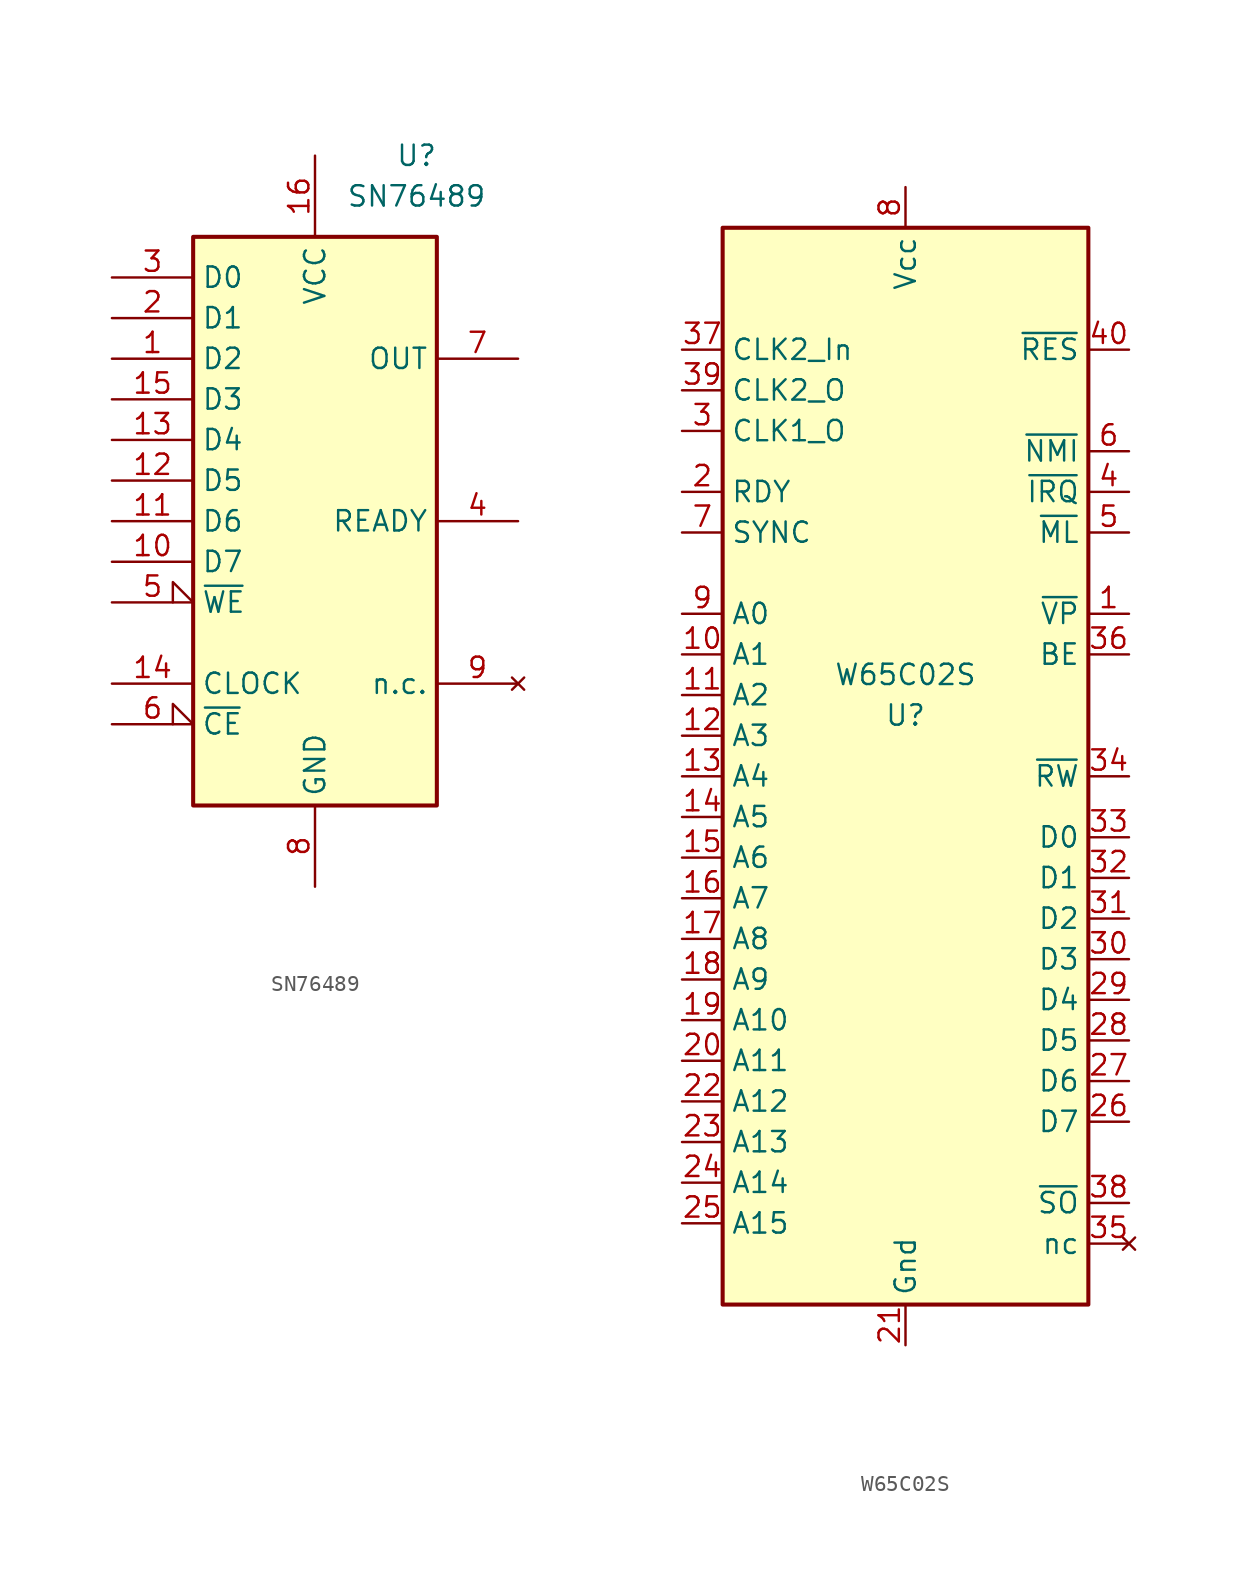
<source format=kicad_sym>
(kicad_symbol_lib
  (version 20211014)
  (generator kicad_symbol_editor)
  (symbol "SN76489"
    (property "Reference" "U"
      (at 5.08 17.78 0)
      (effects (font (size 1.27 1.27))))
    (property "Value" "SN76489"
      (at 5.08 15.24 0)
      (effects (font (size 1.27 1.27))))
    (symbol "SN76489_1_0"
      (pin input line (at -13.97 5.08 0) (length 5.08) (name "D2" (effects (font (size 1.27 1.27)))) (number "1" (effects (font (size 1.27 1.27)))))
      (pin input line (at -13.97 -7.62 0) (length 5.08) (name "D7" (effects (font (size 1.27 1.27)))) (number "10" (effects (font (size 1.27 1.27)))))
      (pin input line (at -13.97 -5.08 0) (length 5.08) (name "D6" (effects (font (size 1.27 1.27)))) (number "11" (effects (font (size 1.27 1.27)))))
      (pin input line (at -13.97 -2.54 0) (length 5.08) (name "D5" (effects (font (size 1.27 1.27)))) (number "12" (effects (font (size 1.27 1.27)))))
      (pin input line (at -13.97 0 0) (length 5.08) (name "D4" (effects (font (size 1.27 1.27)))) (number "13" (effects (font (size 1.27 1.27)))))
      (pin input line (at -13.97 -15.24 0) (length 5.08) (name "CLOCK" (effects (font (size 1.27 1.27)))) (number "14" (effects (font (size 1.27 1.27)))))
      (pin input line (at -13.97 2.54 0) (length 5.08) (name "D3" (effects (font (size 1.27 1.27)))) (number "15" (effects (font (size 1.27 1.27)))))
      (pin power_in line (at -1.27 17.78 270) (length 5.08) (name "VCC" (effects (font (size 1.27 1.27)))) (number "16" (effects (font (size 1.27 1.27)))))
      (pin input line (at -13.97 7.62 0) (length 5.08) (name "D1" (effects (font (size 1.27 1.27)))) (number "2" (effects (font (size 1.27 1.27)))))
      (pin input line (at -13.97 10.16 0) (length 5.08) (name "D0" (effects (font (size 1.27 1.27)))) (number "3" (effects (font (size 1.27 1.27)))))
      (pin output line (at 11.43 -5.08 180) (length 5.08) (name "READY" (effects (font (size 1.27 1.27)))) (number "4" (effects (font (size 1.27 1.27)))))
      (pin input input_low (at -13.97 -10.16 0) (length 5.08) (name "~{WE}" (effects (font (size 1.27 1.27)))) (number "5" (effects (font (size 1.27 1.27)))))
      (pin input input_low (at -13.97 -17.78 0) (length 5.08) (name "~{CE}" (effects (font (size 1.27 1.27)))) (number "6" (effects (font (size 1.27 1.27)))))
      (pin output line (at 11.43 5.08 180) (length 5.08) (name "OUT" (effects (font (size 1.27 1.27)))) (number "7" (effects (font (size 1.27 1.27)))))
      (pin power_in line (at -1.27 -27.94 90) (length 5.08) (name "GND" (effects (font (size 1.27 1.27)))) (number "8" (effects (font (size 1.27 1.27)))))
      (pin no_connect line (at 11.43 -15.24 180) (length 5.08) (name "n.c." (effects (font (size 1.27 1.27)))) (number "9" (effects (font (size 1.27 1.27))))))
    (symbol "SN76489_1_1"
      (rectangle (start -8.89 12.7) (end 6.35 -22.86) (stroke (width 0.254) (type default) (color 0 0 0 0)) (fill (type background)))))
  (symbol "W65C02S"
    (property "Reference" "U"
      (at 1.27 -2.54 0)
      (effects (font (size 1.27 1.27))))
    (property "Value" "W65C02S"
      (at 1.27 0 0)
      (effects (font (size 1.27 1.27))))
    (symbol "W65C02S_0_1"
      (rectangle (start -10.16 27.94) (end 12.7 -39.37) (stroke (width 0.254) (type default) (color 0 0 0 0)) (fill (type background))))
    (symbol "W65C02S_1_1"
      (pin output line (at 15.24 3.81 180) (length 2.54) (name "~{VP}" (effects (font (size 1.27 1.27)))) (number "1" (effects (font (size 1.27 1.27)))))
      (pin output line (at -12.7 1.27 0) (length 2.54) (name "A1" (effects (font (size 1.27 1.27)))) (number "10" (effects (font (size 1.27 1.27)))))
      (pin output line (at -12.7 -1.27 0) (length 2.54) (name "A2" (effects (font (size 1.27 1.27)))) (number "11" (effects (font (size 1.27 1.27)))))
      (pin output line (at -12.7 -3.81 0) (length 2.54) (name "A3" (effects (font (size 1.27 1.27)))) (number "12" (effects (font (size 1.27 1.27)))))
      (pin output line (at -12.7 -6.35 0) (length 2.54) (name "A4" (effects (font (size 1.27 1.27)))) (number "13" (effects (font (size 1.27 1.27)))))
      (pin output line (at -12.7 -8.89 0) (length 2.54) (name "A5" (effects (font (size 1.27 1.27)))) (number "14" (effects (font (size 1.27 1.27)))))
      (pin output line (at -12.7 -11.43 0) (length 2.54) (name "A6" (effects (font (size 1.27 1.27)))) (number "15" (effects (font (size 1.27 1.27)))))
      (pin output line (at -12.7 -13.97 0) (length 2.54) (name "A7" (effects (font (size 1.27 1.27)))) (number "16" (effects (font (size 1.27 1.27)))))
      (pin output line (at -12.7 -16.51 0) (length 2.54) (name "A8" (effects (font (size 1.27 1.27)))) (number "17" (effects (font (size 1.27 1.27)))))
      (pin output line (at -12.7 -19.05 0) (length 2.54) (name "A9" (effects (font (size 1.27 1.27)))) (number "18" (effects (font (size 1.27 1.27)))))
      (pin output line (at -12.7 -21.59 0) (length 2.54) (name "A10" (effects (font (size 1.27 1.27)))) (number "19" (effects (font (size 1.27 1.27)))))
      (pin input line (at -12.7 11.43 0) (length 2.54) (name "RDY" (effects (font (size 1.27 1.27)))) (number "2" (effects (font (size 1.27 1.27)))))
      (pin output line (at -12.7 -24.13 0) (length 2.54) (name "A11" (effects (font (size 1.27 1.27)))) (number "20" (effects (font (size 1.27 1.27)))))
      (pin power_in line (at 1.27 -41.91 90) (length 2.54) (name "Gnd" (effects (font (size 1.27 1.27)))) (number "21" (effects (font (size 1.27 1.27)))))
      (pin output line (at -12.7 -26.67 0) (length 2.54) (name "A12" (effects (font (size 1.27 1.27)))) (number "22" (effects (font (size 1.27 1.27)))))
      (pin output line (at -12.7 -29.21 0) (length 2.54) (name "A13" (effects (font (size 1.27 1.27)))) (number "23" (effects (font (size 1.27 1.27)))))
      (pin output line (at -12.7 -31.75 0) (length 2.54) (name "A14" (effects (font (size 1.27 1.27)))) (number "24" (effects (font (size 1.27 1.27)))))
      (pin output line (at -12.7 -34.29 0) (length 2.54) (name "A15" (effects (font (size 1.27 1.27)))) (number "25" (effects (font (size 1.27 1.27)))))
      (pin bidirectional line (at 15.24 -27.94 180) (length 2.54) (name "D7" (effects (font (size 1.27 1.27)))) (number "26" (effects (font (size 1.27 1.27)))))
      (pin bidirectional line (at 15.24 -25.4 180) (length 2.54) (name "D6" (effects (font (size 1.27 1.27)))) (number "27" (effects (font (size 1.27 1.27)))))
      (pin bidirectional line (at 15.24 -22.86 180) (length 2.54) (name "D5" (effects (font (size 1.27 1.27)))) (number "28" (effects (font (size 1.27 1.27)))))
      (pin bidirectional line (at 15.24 -20.32 180) (length 2.54) (name "D4" (effects (font (size 1.27 1.27)))) (number "29" (effects (font (size 1.27 1.27)))))
      (pin output line (at -12.7 15.24 0) (length 2.54) (name "CLK1_O" (effects (font (size 1.27 1.27)))) (number "3" (effects (font (size 1.27 1.27)))))
      (pin bidirectional line (at 15.24 -17.78 180) (length 2.54) (name "D3" (effects (font (size 1.27 1.27)))) (number "30" (effects (font (size 1.27 1.27)))))
      (pin bidirectional line (at 15.24 -15.24 180) (length 2.54) (name "D2" (effects (font (size 1.27 1.27)))) (number "31" (effects (font (size 1.27 1.27)))))
      (pin bidirectional line (at 15.24 -12.7 180) (length 2.54) (name "D1" (effects (font (size 1.27 1.27)))) (number "32" (effects (font (size 1.27 1.27)))))
      (pin bidirectional line (at 15.24 -10.16 180) (length 2.54) (name "D0" (effects (font (size 1.27 1.27)))) (number "33" (effects (font (size 1.27 1.27)))))
      (pin output line (at 15.24 -6.35 180) (length 2.54) (name "~{RW}" (effects (font (size 1.27 1.27)))) (number "34" (effects (font (size 1.27 1.27)))))
      (pin no_connect line (at 15.24 -35.56 180) (length 2.54) (name "nc" (effects (font (size 1.27 1.27)))) (number "35" (effects (font (size 1.27 1.27)))))
      (pin input line (at 15.24 1.27 180) (length 2.54) (name "BE" (effects (font (size 1.27 1.27)))) (number "36" (effects (font (size 1.27 1.27)))))
      (pin input line (at -12.7 20.32 0) (length 2.54) (name "CLK2_In" (effects (font (size 1.27 1.27)))) (number "37" (effects (font (size 1.27 1.27)))))
      (pin input line (at 15.24 -33.02 180) (length 2.54) (name "~{SO}" (effects (font (size 1.27 1.27)))) (number "38" (effects (font (size 1.27 1.27)))))
      (pin output line (at -12.7 17.78 0) (length 2.54) (name "CLK2_O" (effects (font (size 1.27 1.27)))) (number "39" (effects (font (size 1.27 1.27)))))
      (pin input line (at 15.24 11.43 180) (length 2.54) (name "~{IRQ}" (effects (font (size 1.27 1.27)))) (number "4" (effects (font (size 1.27 1.27)))))
      (pin input line (at 15.24 20.32 180) (length 2.54) (name "~{RES}" (effects (font (size 1.27 1.27)))) (number "40" (effects (font (size 1.27 1.27)))))
      (pin output line (at 15.24 8.89 180) (length 2.54) (name "~{ML}" (effects (font (size 1.27 1.27)))) (number "5" (effects (font (size 1.27 1.27)))))
      (pin input line (at 15.24 13.97 180) (length 2.54) (name "~{NMI}" (effects (font (size 1.27 1.27)))) (number "6" (effects (font (size 1.27 1.27)))))
      (pin output line (at -12.7 8.89 0) (length 2.54) (name "SYNC" (effects (font (size 1.27 1.27)))) (number "7" (effects (font (size 1.27 1.27)))))
      (pin power_in line (at 1.27 30.48 270) (length 2.54) (name "Vcc" (effects (font (size 1.27 1.27)))) (number "8" (effects (font (size 1.27 1.27)))))
      (pin output line (at -12.7 3.81 0) (length 2.54) (name "A0" (effects (font (size 1.27 1.27)))) (number "9" (effects (font (size 1.27 1.27))))))))
</source>
